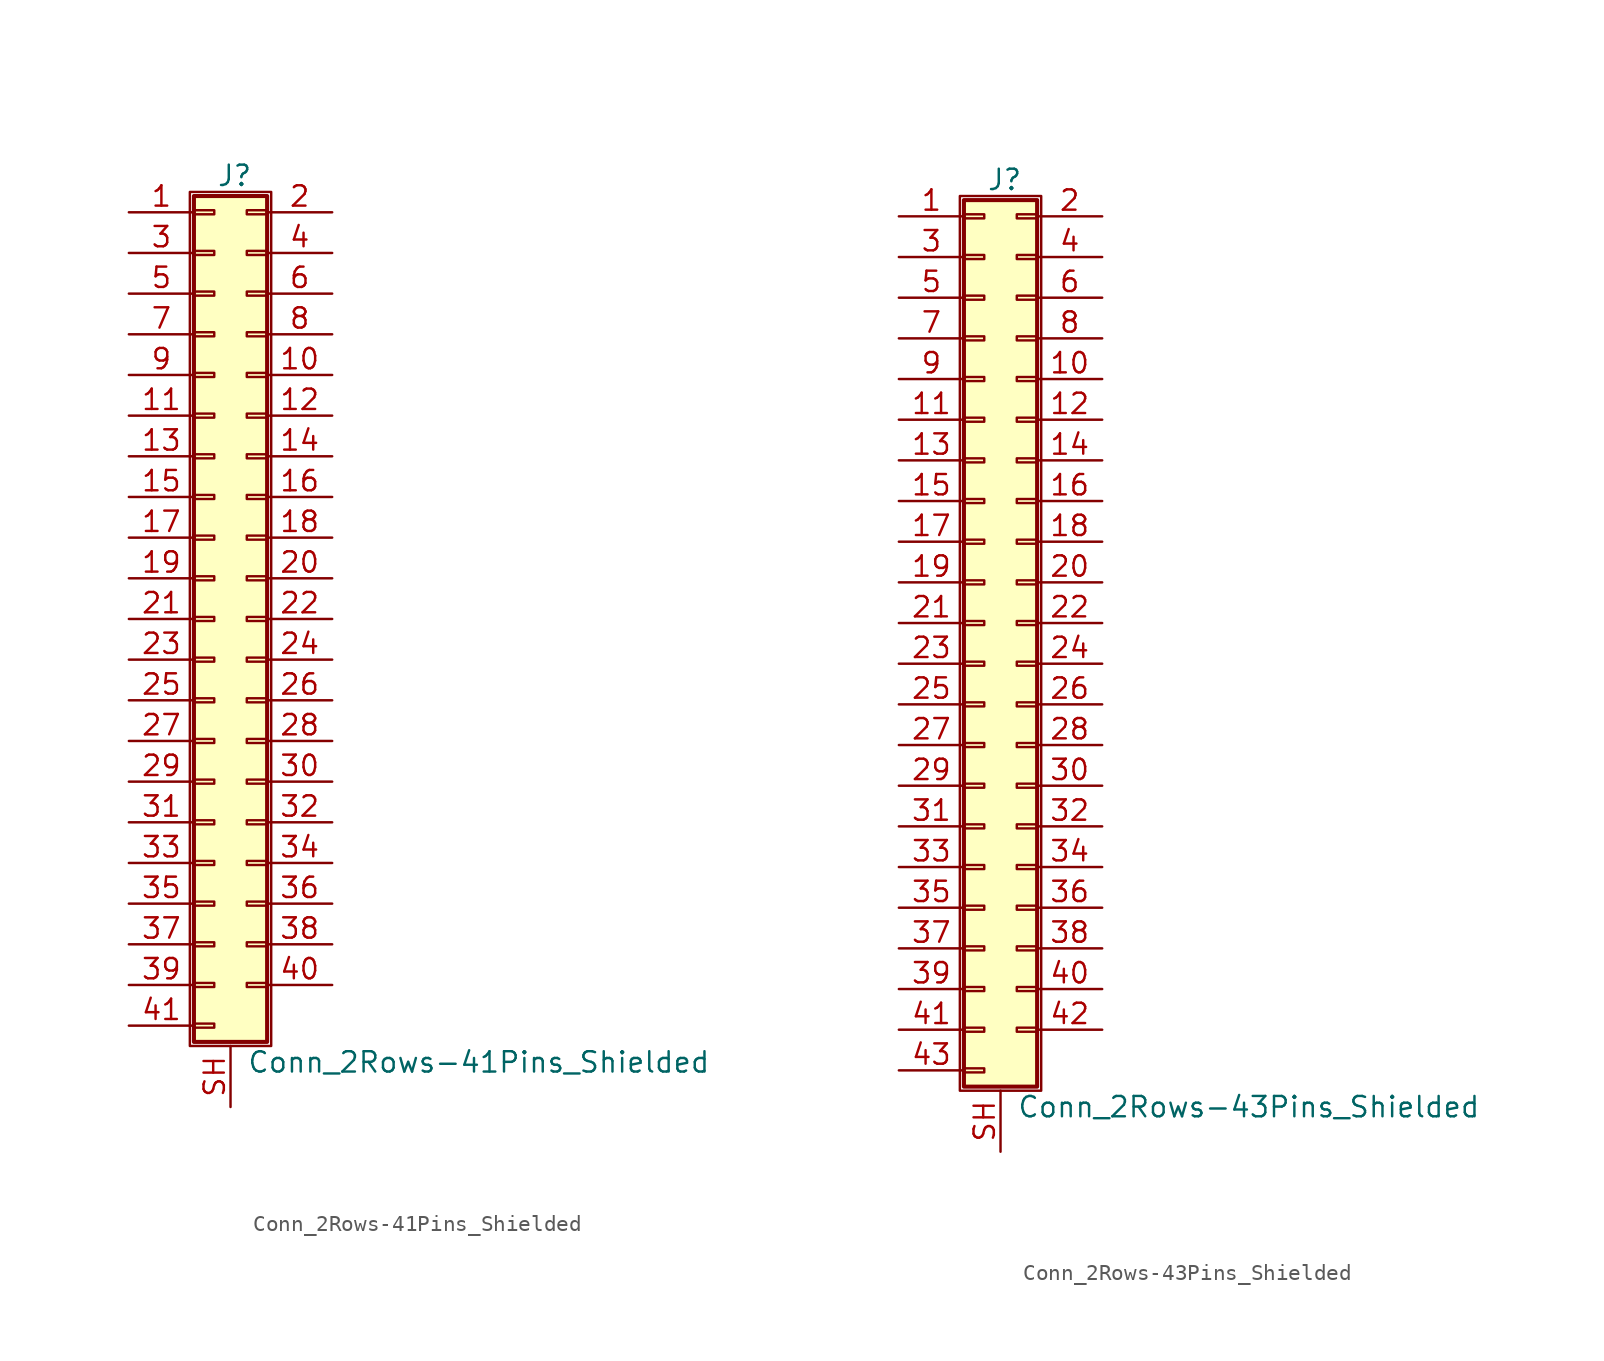
<source format=kicad_sym>
(kicad_symbol_lib
  (version 20200908)
  (generator kicad_symbol_editor)
  (symbol "Connector_Generic_Shielded:Conn_2Rows-41Pins_Shielded"
    (pin_names
      (offset 1.016) hide)
    (property "Reference" "J"
      (at 1.524 27.686 0)
      (effects (font (size 1.27 1.27))))
    (property "Value" "Conn_2Rows-41Pins_Shielded"
      (at 2.286 -27.686 0)
      (effects (font (size 1.27 1.27)) (justify left)))
    (symbol "Conn_2Rows-41Pins_Shielded_1_1"
      (rectangle (start -1.016 -4.953) (end 0.254 -5.207) (stroke (width 0.152)) (fill (type none)))
      (rectangle (start -1.016 -7.493) (end 0.254 -7.747) (stroke (width 0.152)) (fill (type none)))
      (rectangle (start -1.016 -10.033) (end 0.254 -10.287) (stroke (width 0.152)) (fill (type none)))
      (rectangle (start -1.016 -12.573) (end 0.254 -12.827) (stroke (width 0.152)) (fill (type none)))
      (rectangle (start -1.016 -15.113) (end 0.254 -15.367) (stroke (width 0.152)) (fill (type none)))
      (rectangle (start -1.016 -17.653) (end 0.254 -17.907) (stroke (width 0.152)) (fill (type none)))
      (rectangle (start -1.016 -20.193) (end 0.254 -20.447) (stroke (width 0.152)) (fill (type none)))
      (rectangle (start -1.016 -22.733) (end 0.254 -22.987) (stroke (width 0.152)) (fill (type none)))
      (rectangle (start -1.016 -2.413) (end 0.254 -2.667) (stroke (width 0.152)) (fill (type none)))
      (rectangle (start -1.016 -25.273) (end 0.254 -25.527) (stroke (width 0.152)) (fill (type none)))
      (rectangle (start -1.016 25.527) (end 0.254 25.273) (stroke (width 0.152)) (fill (type none)))
      (rectangle (start -1.016 26.416) (end 3.556 -26.416) (stroke (width 0.254)) (fill (type background)))
      (rectangle (start -1.016 2.667) (end 0.254 2.413) (stroke (width 0.152)) (fill (type none)))
      (rectangle (start -1.016 5.207) (end 0.254 4.953) (stroke (width 0.152)) (fill (type none)))
      (rectangle (start -1.016 7.747) (end 0.254 7.493) (stroke (width 0.152)) (fill (type none)))
      (rectangle (start -1.016 10.287) (end 0.254 10.033) (stroke (width 0.152)) (fill (type none)))
      (rectangle (start -1.016 0.127) (end 0.254 -0.127) (stroke (width 0.152)) (fill (type none)))
      (rectangle (start -1.016 12.827) (end 0.254 12.573) (stroke (width 0.152)) (fill (type none)))
      (rectangle (start -1.016 15.367) (end 0.254 15.113) (stroke (width 0.152)) (fill (type none)))
      (rectangle (start -1.016 17.907) (end 0.254 17.653) (stroke (width 0.152)) (fill (type none)))
      (rectangle (start -1.016 20.447) (end 0.254 20.193) (stroke (width 0.152)) (fill (type none)))
      (rectangle (start -1.016 22.987) (end 0.254 22.733) (stroke (width 0.152)) (fill (type none)))
      (rectangle (start -1.27 26.67) (end 3.81 -26.67) (stroke (width 0.152)) (fill (type none)))
      (rectangle (start 3.556 -4.953) (end 2.286 -5.207) (stroke (width 0.152)) (fill (type none)))
      (rectangle (start 3.556 -7.493) (end 2.286 -7.747) (stroke (width 0.152)) (fill (type none)))
      (rectangle (start 3.556 -10.033) (end 2.286 -10.287) (stroke (width 0.152)) (fill (type none)))
      (rectangle (start 3.556 -12.573) (end 2.286 -12.827) (stroke (width 0.152)) (fill (type none)))
      (rectangle (start 3.556 -15.113) (end 2.286 -15.367) (stroke (width 0.152)) (fill (type none)))
      (rectangle (start 3.556 -17.653) (end 2.286 -17.907) (stroke (width 0.152)) (fill (type none)))
      (rectangle (start 3.556 -20.193) (end 2.286 -20.447) (stroke (width 0.152)) (fill (type none)))
      (rectangle (start 3.556 -22.733) (end 2.286 -22.987) (stroke (width 0.152)) (fill (type none)))
      (rectangle (start 3.556 -2.413) (end 2.286 -2.667) (stroke (width 0.152)) (fill (type none)))
      (rectangle (start 3.556 25.527) (end 2.286 25.273) (stroke (width 0.152)) (fill (type none)))
      (rectangle (start 3.556 2.667) (end 2.286 2.413) (stroke (width 0.152)) (fill (type none)))
      (rectangle (start 3.556 5.207) (end 2.286 4.953) (stroke (width 0.152)) (fill (type none)))
      (rectangle (start 3.556 7.747) (end 2.286 7.493) (stroke (width 0.152)) (fill (type none)))
      (rectangle (start 3.556 10.287) (end 2.286 10.033) (stroke (width 0.152)) (fill (type none)))
      (rectangle (start 3.556 0.127) (end 2.286 -0.127) (stroke (width 0.152)) (fill (type none)))
      (rectangle (start 3.556 12.827) (end 2.286 12.573) (stroke (width 0.152)) (fill (type none)))
      (rectangle (start 3.556 15.367) (end 2.286 15.113) (stroke (width 0.152)) (fill (type none)))
      (rectangle (start 3.556 17.907) (end 2.286 17.653) (stroke (width 0.152)) (fill (type none)))
      (rectangle (start 3.556 20.447) (end 2.286 20.193) (stroke (width 0.152)) (fill (type none)))
      (rectangle (start 3.556 22.987) (end 2.286 22.733) (stroke (width 0.152)) (fill (type none)))
      (pin passive line (at -5.08 25.4 0) (length 4.064) (name "Pin_1" (effects (font (size 1.27 1.27)))) (number "1" (effects (font (size 1.27 1.27)))))
      (pin passive line (at 7.62 15.24 180) (length 4.064) (name "Pin_10" (effects (font (size 1.27 1.27)))) (number "10" (effects (font (size 1.27 1.27)))))
      (pin passive line (at -5.08 12.7 0) (length 4.064) (name "Pin_11" (effects (font (size 1.27 1.27)))) (number "11" (effects (font (size 1.27 1.27)))))
      (pin passive line (at 7.62 12.7 180) (length 4.064) (name "Pin_12" (effects (font (size 1.27 1.27)))) (number "12" (effects (font (size 1.27 1.27)))))
      (pin passive line (at -5.08 10.16 0) (length 4.064) (name "Pin_13" (effects (font (size 1.27 1.27)))) (number "13" (effects (font (size 1.27 1.27)))))
      (pin passive line (at 7.62 10.16 180) (length 4.064) (name "Pin_14" (effects (font (size 1.27 1.27)))) (number "14" (effects (font (size 1.27 1.27)))))
      (pin passive line (at -5.08 7.62 0) (length 4.064) (name "Pin_15" (effects (font (size 1.27 1.27)))) (number "15" (effects (font (size 1.27 1.27)))))
      (pin passive line (at 7.62 7.62 180) (length 4.064) (name "Pin_16" (effects (font (size 1.27 1.27)))) (number "16" (effects (font (size 1.27 1.27)))))
      (pin passive line (at -5.08 5.08 0) (length 4.064) (name "Pin_17" (effects (font (size 1.27 1.27)))) (number "17" (effects (font (size 1.27 1.27)))))
      (pin passive line (at 7.62 5.08 180) (length 4.064) (name "Pin_18" (effects (font (size 1.27 1.27)))) (number "18" (effects (font (size 1.27 1.27)))))
      (pin passive line (at -5.08 2.54 0) (length 4.064) (name "Pin_19" (effects (font (size 1.27 1.27)))) (number "19" (effects (font (size 1.27 1.27)))))
      (pin passive line (at 7.62 25.4 180) (length 4.064) (name "Pin_2" (effects (font (size 1.27 1.27)))) (number "2" (effects (font (size 1.27 1.27)))))
      (pin passive line (at 7.62 2.54 180) (length 4.064) (name "Pin_20" (effects (font (size 1.27 1.27)))) (number "20" (effects (font (size 1.27 1.27)))))
      (pin passive line (at -5.08 0 0) (length 4.064) (name "Pin_21" (effects (font (size 1.27 1.27)))) (number "21" (effects (font (size 1.27 1.27)))))
      (pin passive line (at 7.62 0 180) (length 4.064) (name "Pin_22" (effects (font (size 1.27 1.27)))) (number "22" (effects (font (size 1.27 1.27)))))
      (pin passive line (at -5.08 -2.54 0) (length 4.064) (name "Pin_23" (effects (font (size 1.27 1.27)))) (number "23" (effects (font (size 1.27 1.27)))))
      (pin passive line (at 7.62 -2.54 180) (length 4.064) (name "Pin_24" (effects (font (size 1.27 1.27)))) (number "24" (effects (font (size 1.27 1.27)))))
      (pin passive line (at -5.08 -5.08 0) (length 4.064) (name "Pin_25" (effects (font (size 1.27 1.27)))) (number "25" (effects (font (size 1.27 1.27)))))
      (pin passive line (at 7.62 -5.08 180) (length 4.064) (name "Pin_26" (effects (font (size 1.27 1.27)))) (number "26" (effects (font (size 1.27 1.27)))))
      (pin passive line (at -5.08 -7.62 0) (length 4.064) (name "Pin_27" (effects (font (size 1.27 1.27)))) (number "27" (effects (font (size 1.27 1.27)))))
      (pin passive line (at 7.62 -7.62 180) (length 4.064) (name "Pin_28" (effects (font (size 1.27 1.27)))) (number "28" (effects (font (size 1.27 1.27)))))
      (pin passive line (at -5.08 -10.16 0) (length 4.064) (name "Pin_29" (effects (font (size 1.27 1.27)))) (number "29" (effects (font (size 1.27 1.27)))))
      (pin passive line (at -5.08 22.86 0) (length 4.064) (name "Pin_3" (effects (font (size 1.27 1.27)))) (number "3" (effects (font (size 1.27 1.27)))))
      (pin passive line (at 7.62 -10.16 180) (length 4.064) (name "Pin_30" (effects (font (size 1.27 1.27)))) (number "30" (effects (font (size 1.27 1.27)))))
      (pin passive line (at -5.08 -12.7 0) (length 4.064) (name "Pin_31" (effects (font (size 1.27 1.27)))) (number "31" (effects (font (size 1.27 1.27)))))
      (pin passive line (at 7.62 -12.7 180) (length 4.064) (name "Pin_32" (effects (font (size 1.27 1.27)))) (number "32" (effects (font (size 1.27 1.27)))))
      (pin passive line (at -5.08 -15.24 0) (length 4.064) (name "Pin_33" (effects (font (size 1.27 1.27)))) (number "33" (effects (font (size 1.27 1.27)))))
      (pin passive line (at 7.62 -15.24 180) (length 4.064) (name "Pin_34" (effects (font (size 1.27 1.27)))) (number "34" (effects (font (size 1.27 1.27)))))
      (pin passive line (at -5.08 -17.78 0) (length 4.064) (name "Pin_35" (effects (font (size 1.27 1.27)))) (number "35" (effects (font (size 1.27 1.27)))))
      (pin passive line (at 7.62 -17.78 180) (length 4.064) (name "Pin_36" (effects (font (size 1.27 1.27)))) (number "36" (effects (font (size 1.27 1.27)))))
      (pin passive line (at -5.08 -20.32 0) (length 4.064) (name "Pin_37" (effects (font (size 1.27 1.27)))) (number "37" (effects (font (size 1.27 1.27)))))
      (pin passive line (at 7.62 -20.32 180) (length 4.064) (name "Pin_38" (effects (font (size 1.27 1.27)))) (number "38" (effects (font (size 1.27 1.27)))))
      (pin passive line (at -5.08 -22.86 0) (length 4.064) (name "Pin_39" (effects (font (size 1.27 1.27)))) (number "39" (effects (font (size 1.27 1.27)))))
      (pin passive line (at 7.62 22.86 180) (length 4.064) (name "Pin_4" (effects (font (size 1.27 1.27)))) (number "4" (effects (font (size 1.27 1.27)))))
      (pin passive line (at 7.62 -22.86 180) (length 4.064) (name "Pin_40" (effects (font (size 1.27 1.27)))) (number "40" (effects (font (size 1.27 1.27)))))
      (pin passive line (at -5.08 -25.4 0) (length 4.064) (name "Pin_41" (effects (font (size 1.27 1.27)))) (number "41" (effects (font (size 1.27 1.27)))))
      (pin passive line (at -5.08 20.32 0) (length 4.064) (name "Pin_5" (effects (font (size 1.27 1.27)))) (number "5" (effects (font (size 1.27 1.27)))))
      (pin passive line (at 7.62 20.32 180) (length 4.064) (name "Pin_6" (effects (font (size 1.27 1.27)))) (number "6" (effects (font (size 1.27 1.27)))))
      (pin passive line (at -5.08 17.78 0) (length 4.064) (name "Pin_7" (effects (font (size 1.27 1.27)))) (number "7" (effects (font (size 1.27 1.27)))))
      (pin passive line (at 7.62 17.78 180) (length 4.064) (name "Pin_8" (effects (font (size 1.27 1.27)))) (number "8" (effects (font (size 1.27 1.27)))))
      (pin passive line (at -5.08 15.24 0) (length 4.064) (name "Pin_9" (effects (font (size 1.27 1.27)))) (number "9" (effects (font (size 1.27 1.27)))))
      (pin passive line (at 1.27 -30.48 90) (length 3.81) (name "Shield" (effects (font (size 1.27 1.27)))) (number "SH" (effects (font (size 1.27 1.27)))))))
  (symbol "Connector_Generic_Shielded:Conn_2Rows-43Pins_Shielded"
    (pin_names
      (offset 1.016) hide)
    (property "Reference" "J"
      (at 1.524 27.686 0)
      (effects (font (size 1.27 1.27))))
    (property "Value" "Conn_2Rows-43Pins_Shielded"
      (at 2.286 -30.226 0)
      (effects (font (size 1.27 1.27)) (justify left)))
    (symbol "Conn_2Rows-43Pins_Shielded_1_1"
      (rectangle (start -1.016 -27.813) (end 0.254 -28.067) (stroke (width 0.152)) (fill (type none)))
      (rectangle (start -1.016 -4.953) (end 0.254 -5.207) (stroke (width 0.152)) (fill (type none)))
      (rectangle (start -1.016 -7.493) (end 0.254 -7.747) (stroke (width 0.152)) (fill (type none)))
      (rectangle (start -1.016 -10.033) (end 0.254 -10.287) (stroke (width 0.152)) (fill (type none)))
      (rectangle (start -1.016 -12.573) (end 0.254 -12.827) (stroke (width 0.152)) (fill (type none)))
      (rectangle (start -1.016 -15.113) (end 0.254 -15.367) (stroke (width 0.152)) (fill (type none)))
      (rectangle (start -1.016 -17.653) (end 0.254 -17.907) (stroke (width 0.152)) (fill (type none)))
      (rectangle (start -1.016 -20.193) (end 0.254 -20.447) (stroke (width 0.152)) (fill (type none)))
      (rectangle (start -1.016 -22.733) (end 0.254 -22.987) (stroke (width 0.152)) (fill (type none)))
      (rectangle (start -1.016 -2.413) (end 0.254 -2.667) (stroke (width 0.152)) (fill (type none)))
      (rectangle (start -1.016 -25.273) (end 0.254 -25.527) (stroke (width 0.152)) (fill (type none)))
      (rectangle (start -1.016 25.527) (end 0.254 25.273) (stroke (width 0.152)) (fill (type none)))
      (rectangle (start -1.016 26.416) (end 3.556 -28.956) (stroke (width 0.254)) (fill (type background)))
      (rectangle (start -1.016 2.667) (end 0.254 2.413) (stroke (width 0.152)) (fill (type none)))
      (rectangle (start -1.016 5.207) (end 0.254 4.953) (stroke (width 0.152)) (fill (type none)))
      (rectangle (start -1.016 7.747) (end 0.254 7.493) (stroke (width 0.152)) (fill (type none)))
      (rectangle (start -1.016 10.287) (end 0.254 10.033) (stroke (width 0.152)) (fill (type none)))
      (rectangle (start -1.016 0.127) (end 0.254 -0.127) (stroke (width 0.152)) (fill (type none)))
      (rectangle (start -1.016 12.827) (end 0.254 12.573) (stroke (width 0.152)) (fill (type none)))
      (rectangle (start -1.016 15.367) (end 0.254 15.113) (stroke (width 0.152)) (fill (type none)))
      (rectangle (start -1.016 17.907) (end 0.254 17.653) (stroke (width 0.152)) (fill (type none)))
      (rectangle (start -1.016 20.447) (end 0.254 20.193) (stroke (width 0.152)) (fill (type none)))
      (rectangle (start -1.016 22.987) (end 0.254 22.733) (stroke (width 0.152)) (fill (type none)))
      (rectangle (start -1.27 26.67) (end 3.81 -29.21) (stroke (width 0.152)) (fill (type none)))
      (rectangle (start 3.556 -4.953) (end 2.286 -5.207) (stroke (width 0.152)) (fill (type none)))
      (rectangle (start 3.556 -7.493) (end 2.286 -7.747) (stroke (width 0.152)) (fill (type none)))
      (rectangle (start 3.556 -10.033) (end 2.286 -10.287) (stroke (width 0.152)) (fill (type none)))
      (rectangle (start 3.556 -12.573) (end 2.286 -12.827) (stroke (width 0.152)) (fill (type none)))
      (rectangle (start 3.556 -15.113) (end 2.286 -15.367) (stroke (width 0.152)) (fill (type none)))
      (rectangle (start 3.556 -17.653) (end 2.286 -17.907) (stroke (width 0.152)) (fill (type none)))
      (rectangle (start 3.556 -20.193) (end 2.286 -20.447) (stroke (width 0.152)) (fill (type none)))
      (rectangle (start 3.556 -22.733) (end 2.286 -22.987) (stroke (width 0.152)) (fill (type none)))
      (rectangle (start 3.556 -2.413) (end 2.286 -2.667) (stroke (width 0.152)) (fill (type none)))
      (rectangle (start 3.556 -25.273) (end 2.286 -25.527) (stroke (width 0.152)) (fill (type none)))
      (rectangle (start 3.556 25.527) (end 2.286 25.273) (stroke (width 0.152)) (fill (type none)))
      (rectangle (start 3.556 2.667) (end 2.286 2.413) (stroke (width 0.152)) (fill (type none)))
      (rectangle (start 3.556 5.207) (end 2.286 4.953) (stroke (width 0.152)) (fill (type none)))
      (rectangle (start 3.556 7.747) (end 2.286 7.493) (stroke (width 0.152)) (fill (type none)))
      (rectangle (start 3.556 10.287) (end 2.286 10.033) (stroke (width 0.152)) (fill (type none)))
      (rectangle (start 3.556 0.127) (end 2.286 -0.127) (stroke (width 0.152)) (fill (type none)))
      (rectangle (start 3.556 12.827) (end 2.286 12.573) (stroke (width 0.152)) (fill (type none)))
      (rectangle (start 3.556 15.367) (end 2.286 15.113) (stroke (width 0.152)) (fill (type none)))
      (rectangle (start 3.556 17.907) (end 2.286 17.653) (stroke (width 0.152)) (fill (type none)))
      (rectangle (start 3.556 20.447) (end 2.286 20.193) (stroke (width 0.152)) (fill (type none)))
      (rectangle (start 3.556 22.987) (end 2.286 22.733) (stroke (width 0.152)) (fill (type none)))
      (pin passive line (at -5.08 25.4 0) (length 4.064) (name "Pin_1" (effects (font (size 1.27 1.27)))) (number "1" (effects (font (size 1.27 1.27)))))
      (pin passive line (at 7.62 15.24 180) (length 4.064) (name "Pin_10" (effects (font (size 1.27 1.27)))) (number "10" (effects (font (size 1.27 1.27)))))
      (pin passive line (at -5.08 12.7 0) (length 4.064) (name "Pin_11" (effects (font (size 1.27 1.27)))) (number "11" (effects (font (size 1.27 1.27)))))
      (pin passive line (at 7.62 12.7 180) (length 4.064) (name "Pin_12" (effects (font (size 1.27 1.27)))) (number "12" (effects (font (size 1.27 1.27)))))
      (pin passive line (at -5.08 10.16 0) (length 4.064) (name "Pin_13" (effects (font (size 1.27 1.27)))) (number "13" (effects (font (size 1.27 1.27)))))
      (pin passive line (at 7.62 10.16 180) (length 4.064) (name "Pin_14" (effects (font (size 1.27 1.27)))) (number "14" (effects (font (size 1.27 1.27)))))
      (pin passive line (at -5.08 7.62 0) (length 4.064) (name "Pin_15" (effects (font (size 1.27 1.27)))) (number "15" (effects (font (size 1.27 1.27)))))
      (pin passive line (at 7.62 7.62 180) (length 4.064) (name "Pin_16" (effects (font (size 1.27 1.27)))) (number "16" (effects (font (size 1.27 1.27)))))
      (pin passive line (at -5.08 5.08 0) (length 4.064) (name "Pin_17" (effects (font (size 1.27 1.27)))) (number "17" (effects (font (size 1.27 1.27)))))
      (pin passive line (at 7.62 5.08 180) (length 4.064) (name "Pin_18" (effects (font (size 1.27 1.27)))) (number "18" (effects (font (size 1.27 1.27)))))
      (pin passive line (at -5.08 2.54 0) (length 4.064) (name "Pin_19" (effects (font (size 1.27 1.27)))) (number "19" (effects (font (size 1.27 1.27)))))
      (pin passive line (at 7.62 25.4 180) (length 4.064) (name "Pin_2" (effects (font (size 1.27 1.27)))) (number "2" (effects (font (size 1.27 1.27)))))
      (pin passive line (at 7.62 2.54 180) (length 4.064) (name "Pin_20" (effects (font (size 1.27 1.27)))) (number "20" (effects (font (size 1.27 1.27)))))
      (pin passive line (at -5.08 0 0) (length 4.064) (name "Pin_21" (effects (font (size 1.27 1.27)))) (number "21" (effects (font (size 1.27 1.27)))))
      (pin passive line (at 7.62 0 180) (length 4.064) (name "Pin_22" (effects (font (size 1.27 1.27)))) (number "22" (effects (font (size 1.27 1.27)))))
      (pin passive line (at -5.08 -2.54 0) (length 4.064) (name "Pin_23" (effects (font (size 1.27 1.27)))) (number "23" (effects (font (size 1.27 1.27)))))
      (pin passive line (at 7.62 -2.54 180) (length 4.064) (name "Pin_24" (effects (font (size 1.27 1.27)))) (number "24" (effects (font (size 1.27 1.27)))))
      (pin passive line (at -5.08 -5.08 0) (length 4.064) (name "Pin_25" (effects (font (size 1.27 1.27)))) (number "25" (effects (font (size 1.27 1.27)))))
      (pin passive line (at 7.62 -5.08 180) (length 4.064) (name "Pin_26" (effects (font (size 1.27 1.27)))) (number "26" (effects (font (size 1.27 1.27)))))
      (pin passive line (at -5.08 -7.62 0) (length 4.064) (name "Pin_27" (effects (font (size 1.27 1.27)))) (number "27" (effects (font (size 1.27 1.27)))))
      (pin passive line (at 7.62 -7.62 180) (length 4.064) (name "Pin_28" (effects (font (size 1.27 1.27)))) (number "28" (effects (font (size 1.27 1.27)))))
      (pin passive line (at -5.08 -10.16 0) (length 4.064) (name "Pin_29" (effects (font (size 1.27 1.27)))) (number "29" (effects (font (size 1.27 1.27)))))
      (pin passive line (at -5.08 22.86 0) (length 4.064) (name "Pin_3" (effects (font (size 1.27 1.27)))) (number "3" (effects (font (size 1.27 1.27)))))
      (pin passive line (at 7.62 -10.16 180) (length 4.064) (name "Pin_30" (effects (font (size 1.27 1.27)))) (number "30" (effects (font (size 1.27 1.27)))))
      (pin passive line (at -5.08 -12.7 0) (length 4.064) (name "Pin_31" (effects (font (size 1.27 1.27)))) (number "31" (effects (font (size 1.27 1.27)))))
      (pin passive line (at 7.62 -12.7 180) (length 4.064) (name "Pin_32" (effects (font (size 1.27 1.27)))) (number "32" (effects (font (size 1.27 1.27)))))
      (pin passive line (at -5.08 -15.24 0) (length 4.064) (name "Pin_33" (effects (font (size 1.27 1.27)))) (number "33" (effects (font (size 1.27 1.27)))))
      (pin passive line (at 7.62 -15.24 180) (length 4.064) (name "Pin_34" (effects (font (size 1.27 1.27)))) (number "34" (effects (font (size 1.27 1.27)))))
      (pin passive line (at -5.08 -17.78 0) (length 4.064) (name "Pin_35" (effects (font (size 1.27 1.27)))) (number "35" (effects (font (size 1.27 1.27)))))
      (pin passive line (at 7.62 -17.78 180) (length 4.064) (name "Pin_36" (effects (font (size 1.27 1.27)))) (number "36" (effects (font (size 1.27 1.27)))))
      (pin passive line (at -5.08 -20.32 0) (length 4.064) (name "Pin_37" (effects (font (size 1.27 1.27)))) (number "37" (effects (font (size 1.27 1.27)))))
      (pin passive line (at 7.62 -20.32 180) (length 4.064) (name "Pin_38" (effects (font (size 1.27 1.27)))) (number "38" (effects (font (size 1.27 1.27)))))
      (pin passive line (at -5.08 -22.86 0) (length 4.064) (name "Pin_39" (effects (font (size 1.27 1.27)))) (number "39" (effects (font (size 1.27 1.27)))))
      (pin passive line (at 7.62 22.86 180) (length 4.064) (name "Pin_4" (effects (font (size 1.27 1.27)))) (number "4" (effects (font (size 1.27 1.27)))))
      (pin passive line (at 7.62 -22.86 180) (length 4.064) (name "Pin_40" (effects (font (size 1.27 1.27)))) (number "40" (effects (font (size 1.27 1.27)))))
      (pin passive line (at -5.08 -25.4 0) (length 4.064) (name "Pin_41" (effects (font (size 1.27 1.27)))) (number "41" (effects (font (size 1.27 1.27)))))
      (pin passive line (at 7.62 -25.4 180) (length 4.064) (name "Pin_42" (effects (font (size 1.27 1.27)))) (number "42" (effects (font (size 1.27 1.27)))))
      (pin passive line (at -5.08 -27.94 0) (length 4.064) (name "Pin_43" (effects (font (size 1.27 1.27)))) (number "43" (effects (font (size 1.27 1.27)))))
      (pin passive line (at -5.08 20.32 0) (length 4.064) (name "Pin_5" (effects (font (size 1.27 1.27)))) (number "5" (effects (font (size 1.27 1.27)))))
      (pin passive line (at 7.62 20.32 180) (length 4.064) (name "Pin_6" (effects (font (size 1.27 1.27)))) (number "6" (effects (font (size 1.27 1.27)))))
      (pin passive line (at -5.08 17.78 0) (length 4.064) (name "Pin_7" (effects (font (size 1.27 1.27)))) (number "7" (effects (font (size 1.27 1.27)))))
      (pin passive line (at 7.62 17.78 180) (length 4.064) (name "Pin_8" (effects (font (size 1.27 1.27)))) (number "8" (effects (font (size 1.27 1.27)))))
      (pin passive line (at -5.08 15.24 0) (length 4.064) (name "Pin_9" (effects (font (size 1.27 1.27)))) (number "9" (effects (font (size 1.27 1.27)))))
      (pin passive line (at 1.27 -33.02 90) (length 3.81) (name "Shield" (effects (font (size 1.27 1.27)))) (number "SH" (effects (font (size 1.27 1.27))))))))
</source>
